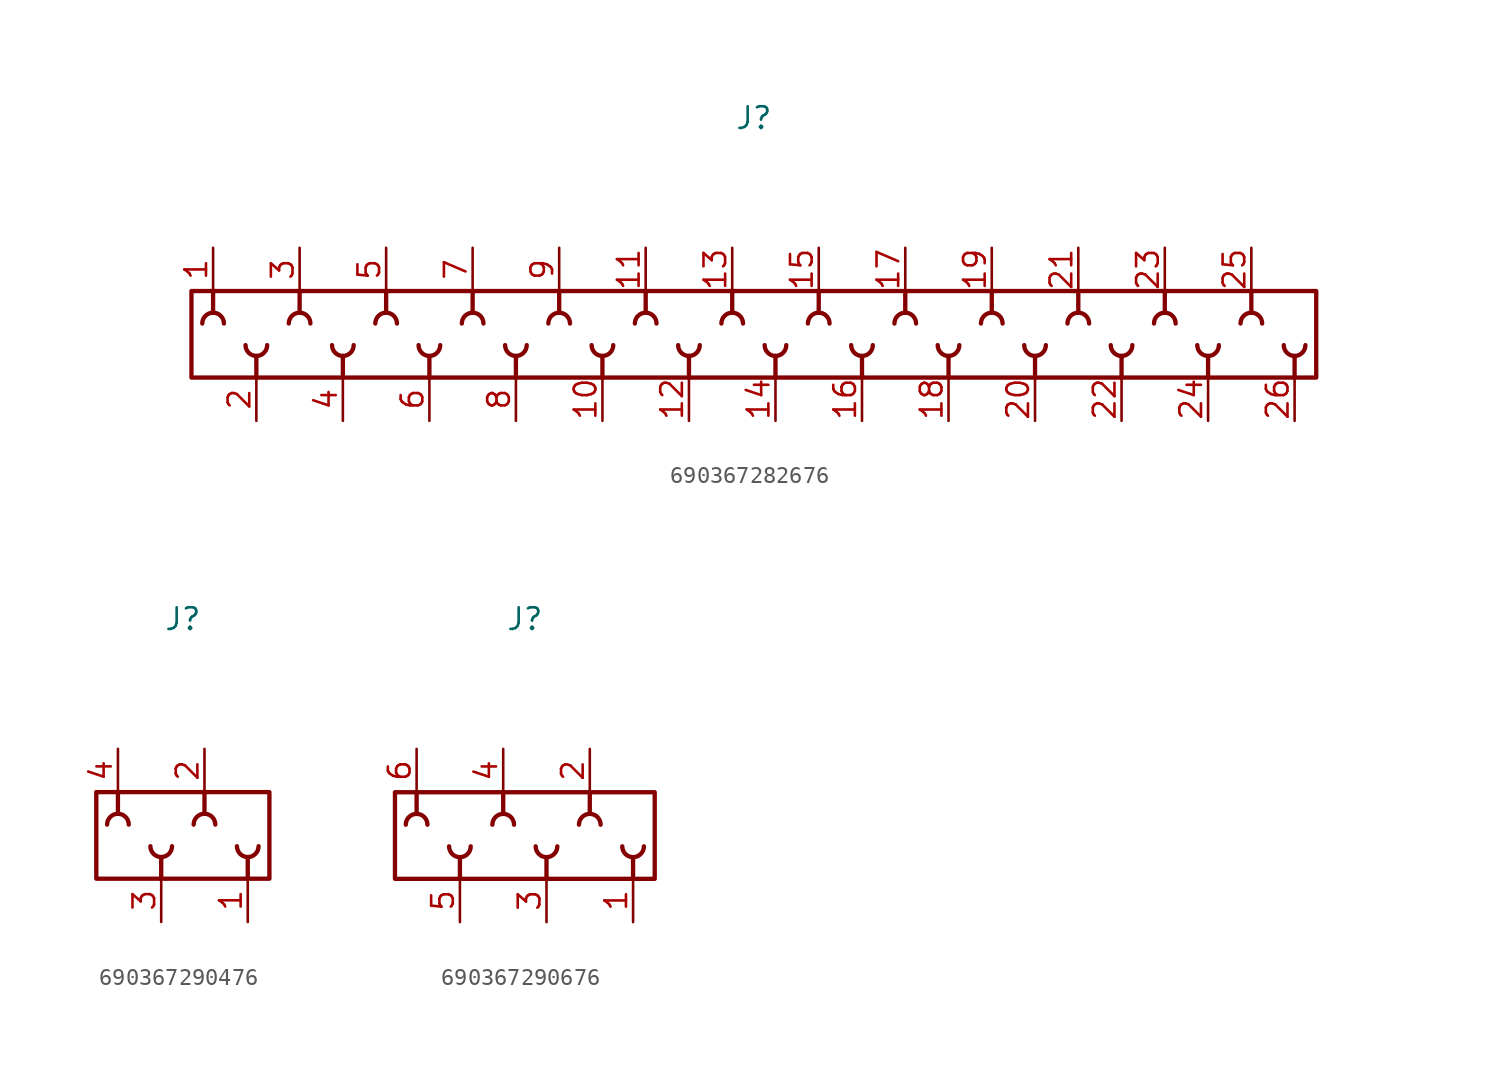
<source format=kicad_sym>
(kicad_symbol_lib
  (version 20241209)
  (generator "kicad_symbol_editor")
  (generator_version "9.0")
  (symbol "690367282676"
    (pin_names
      (hide yes))
    (property "Reference" "J"
      (at 0 12.7 0)
      (effects (font (size 1.27 1.27))))
    (symbol "690367282676_1_1"
      (rectangle (start -33.02 2.54) (end 33.02 -2.54) (stroke (width 0.254) (type solid)) (fill (type none)))
      (polyline (pts (xy -31.75 1.27) (xy -31.75 2.54)) (stroke (width 0.254) (type solid)) (fill (type none)))
      (arc (start -32.385 0.635) (mid -31.75 1.27) (end -31.115 0.635) (stroke (width 0.254) (type solid)) (fill (type none)))
      (arc (start -28.575 -0.635) (mid -29.21 -1.27) (end -29.845 -0.635) (stroke (width 0.254) (type solid)) (fill (type none)))
      (polyline (pts (xy -29.21 -1.27) (xy -29.21 -2.54)) (stroke (width 0.254) (type solid)) (fill (type none)))
      (polyline (pts (xy -26.67 1.27) (xy -26.67 2.54)) (stroke (width 0.254) (type solid)) (fill (type none)))
      (arc (start -27.305 0.635) (mid -26.67 1.27) (end -26.035 0.635) (stroke (width 0.254) (type solid)) (fill (type none)))
      (arc (start -23.495 -0.635) (mid -24.13 -1.27) (end -24.765 -0.635) (stroke (width 0.254) (type solid)) (fill (type none)))
      (polyline (pts (xy -24.13 -1.27) (xy -24.13 -2.54)) (stroke (width 0.254) (type solid)) (fill (type none)))
      (polyline (pts (xy -21.59 1.27) (xy -21.59 2.54)) (stroke (width 0.254) (type solid)) (fill (type none)))
      (arc (start -22.225 0.635) (mid -21.59 1.27) (end -20.955 0.635) (stroke (width 0.254) (type solid)) (fill (type none)))
      (arc (start -18.415 -0.635) (mid -19.05 -1.27) (end -19.685 -0.635) (stroke (width 0.254) (type solid)) (fill (type none)))
      (polyline (pts (xy -19.05 -1.27) (xy -19.05 -2.54)) (stroke (width 0.254) (type solid)) (fill (type none)))
      (polyline (pts (xy -16.51 1.27) (xy -16.51 2.54)) (stroke (width 0.254) (type solid)) (fill (type none)))
      (arc (start -17.145 0.635) (mid -16.51 1.27) (end -15.875 0.635) (stroke (width 0.254) (type solid)) (fill (type none)))
      (arc (start -13.335 -0.635) (mid -13.97 -1.27) (end -14.605 -0.635) (stroke (width 0.254) (type solid)) (fill (type none)))
      (polyline (pts (xy -13.97 -1.27) (xy -13.97 -2.54)) (stroke (width 0.254) (type solid)) (fill (type none)))
      (polyline (pts (xy -11.43 1.27) (xy -11.43 2.54)) (stroke (width 0.254) (type solid)) (fill (type none)))
      (arc (start -12.065 0.635) (mid -11.43 1.27) (end -10.795 0.635) (stroke (width 0.254) (type solid)) (fill (type none)))
      (arc (start -8.255 -0.635) (mid -8.89 -1.27) (end -9.525 -0.635) (stroke (width 0.254) (type solid)) (fill (type none)))
      (polyline (pts (xy -8.89 -1.27) (xy -8.89 -2.54)) (stroke (width 0.254) (type solid)) (fill (type none)))
      (polyline (pts (xy -6.35 1.27) (xy -6.35 2.54)) (stroke (width 0.254) (type solid)) (fill (type none)))
      (arc (start -6.985 0.635) (mid -6.35 1.27) (end -5.715 0.635) (stroke (width 0.254) (type solid)) (fill (type none)))
      (arc (start -3.175 -0.635) (mid -3.81 -1.27) (end -4.445 -0.635) (stroke (width 0.254) (type solid)) (fill (type none)))
      (polyline (pts (xy -3.81 -1.27) (xy -3.81 -2.54)) (stroke (width 0.254) (type solid)) (fill (type none)))
      (polyline (pts (xy -1.27 1.27) (xy -1.27 2.54)) (stroke (width 0.254) (type solid)) (fill (type none)))
      (arc (start -1.905 0.635) (mid -1.27 1.27) (end -0.635 0.635) (stroke (width 0.254) (type solid)) (fill (type none)))
      (arc (start 1.905 -0.635) (mid 1.27 -1.27) (end 0.635 -0.635) (stroke (width 0.254) (type solid)) (fill (type none)))
      (polyline (pts (xy 1.27 -1.27) (xy 1.27 -2.54)) (stroke (width 0.254) (type solid)) (fill (type none)))
      (polyline (pts (xy 3.81 1.27) (xy 3.81 2.54)) (stroke (width 0.254) (type solid)) (fill (type none)))
      (arc (start 3.175 0.635) (mid 3.81 1.27) (end 4.445 0.635) (stroke (width 0.254) (type solid)) (fill (type none)))
      (arc (start 6.985 -0.635) (mid 6.35 -1.27) (end 5.715 -0.635) (stroke (width 0.254) (type solid)) (fill (type none)))
      (polyline (pts (xy 6.35 -1.27) (xy 6.35 -2.54)) (stroke (width 0.254) (type solid)) (fill (type none)))
      (polyline (pts (xy 8.89 1.27) (xy 8.89 2.54)) (stroke (width 0.254) (type solid)) (fill (type none)))
      (arc (start 8.255 0.635) (mid 8.89 1.27) (end 9.525 0.635) (stroke (width 0.254) (type solid)) (fill (type none)))
      (arc (start 12.065 -0.635) (mid 11.43 -1.27) (end 10.795 -0.635) (stroke (width 0.254) (type solid)) (fill (type none)))
      (polyline (pts (xy 11.43 -1.27) (xy 11.43 -2.54)) (stroke (width 0.254) (type solid)) (fill (type none)))
      (polyline (pts (xy 13.97 1.27) (xy 13.97 2.54)) (stroke (width 0.254) (type solid)) (fill (type none)))
      (arc (start 13.335 0.635) (mid 13.97 1.27) (end 14.605 0.635) (stroke (width 0.254) (type solid)) (fill (type none)))
      (arc (start 17.145 -0.635) (mid 16.51 -1.27) (end 15.875 -0.635) (stroke (width 0.254) (type solid)) (fill (type none)))
      (polyline (pts (xy 16.51 -1.27) (xy 16.51 -2.54)) (stroke (width 0.254) (type solid)) (fill (type none)))
      (polyline (pts (xy 19.05 1.27) (xy 19.05 2.54)) (stroke (width 0.254) (type solid)) (fill (type none)))
      (arc (start 18.415 0.635) (mid 19.05 1.27) (end 19.685 0.635) (stroke (width 0.254) (type solid)) (fill (type none)))
      (arc (start 22.225 -0.635) (mid 21.59 -1.27) (end 20.955 -0.635) (stroke (width 0.254) (type solid)) (fill (type none)))
      (polyline (pts (xy 21.59 -1.27) (xy 21.59 -2.54)) (stroke (width 0.254) (type solid)) (fill (type none)))
      (polyline (pts (xy 24.13 1.27) (xy 24.13 2.54)) (stroke (width 0.254) (type solid)) (fill (type none)))
      (arc (start 23.495 0.635) (mid 24.13 1.27) (end 24.765 0.635) (stroke (width 0.254) (type solid)) (fill (type none)))
      (arc (start 27.305 -0.635) (mid 26.67 -1.27) (end 26.035 -0.635) (stroke (width 0.254) (type solid)) (fill (type none)))
      (polyline (pts (xy 26.67 -1.27) (xy 26.67 -2.54)) (stroke (width 0.254) (type solid)) (fill (type none)))
      (polyline (pts (xy 29.21 1.27) (xy 29.21 2.54)) (stroke (width 0.254) (type solid)) (fill (type none)))
      (arc (start 28.575 0.635) (mid 29.21 1.27) (end 29.845 0.635) (stroke (width 0.254) (type solid)) (fill (type none)))
      (arc (start 32.385 -0.635) (mid 31.75 -1.27) (end 31.115 -0.635) (stroke (width 0.254) (type solid)) (fill (type none)))
      (polyline (pts (xy 31.75 -1.27) (xy 31.75 -2.54)) (stroke (width 0.254) (type solid)) (fill (type none)))
      (pin passive line (at -31.75 5.08 270) (length 2.54) (name "1" (effects (font (size 1.27 1.27)))) (number "1" (effects (font (size 1.27 1.27)))))
      (pin passive line (at -29.21 -5.08 90) (length 2.54) (name "2" (effects (font (size 1.27 1.27)))) (number "2" (effects (font (size 1.27 1.27)))))
      (pin passive line (at -26.67 5.08 270) (length 2.54) (name "3" (effects (font (size 1.27 1.27)))) (number "3" (effects (font (size 1.27 1.27)))))
      (pin passive line (at -24.13 -5.08 90) (length 2.54) (name "4" (effects (font (size 1.27 1.27)))) (number "4" (effects (font (size 1.27 1.27)))))
      (pin passive line (at -21.59 5.08 270) (length 2.54) (name "5" (effects (font (size 1.27 1.27)))) (number "5" (effects (font (size 1.27 1.27)))))
      (pin passive line (at -19.05 -5.08 90) (length 2.54) (name "6" (effects (font (size 1.27 1.27)))) (number "6" (effects (font (size 1.27 1.27)))))
      (pin passive line (at -16.51 5.08 270) (length 2.54) (name "7" (effects (font (size 1.27 1.27)))) (number "7" (effects (font (size 1.27 1.27)))))
      (pin passive line (at -13.97 -5.08 90) (length 2.54) (name "4" (effects (font (size 1.27 1.27)))) (number "8" (effects (font (size 1.27 1.27)))))
      (pin passive line (at -11.43 5.08 270) (length 2.54) (name "9" (effects (font (size 1.27 1.27)))) (number "9" (effects (font (size 1.27 1.27)))))
      (pin passive line (at -8.89 -5.08 90) (length 2.54) (name "10" (effects (font (size 1.27 1.27)))) (number "10" (effects (font (size 1.27 1.27)))))
      (pin passive line (at -6.35 5.08 270) (length 2.54) (name "11" (effects (font (size 1.27 1.27)))) (number "11" (effects (font (size 1.27 1.27)))))
      (pin passive line (at -3.81 -5.08 90) (length 2.54) (name "12" (effects (font (size 1.27 1.27)))) (number "12" (effects (font (size 1.27 1.27)))))
      (pin passive line (at -1.27 5.08 270) (length 2.54) (name "13" (effects (font (size 1.27 1.27)))) (number "13" (effects (font (size 1.27 1.27)))))
      (pin passive line (at 1.27 -5.08 90) (length 2.54) (name "14" (effects (font (size 1.27 1.27)))) (number "14" (effects (font (size 1.27 1.27)))))
      (pin passive line (at 3.81 5.08 270) (length 2.54) (name "15" (effects (font (size 1.27 1.27)))) (number "15" (effects (font (size 1.27 1.27)))))
      (pin passive line (at 6.35 -5.08 90) (length 2.54) (name "16" (effects (font (size 1.27 1.27)))) (number "16" (effects (font (size 1.27 1.27)))))
      (pin passive line (at 8.89 5.08 270) (length 2.54) (name "17" (effects (font (size 1.27 1.27)))) (number "17" (effects (font (size 1.27 1.27)))))
      (pin passive line (at 11.43 -5.08 90) (length 2.54) (name "18" (effects (font (size 1.27 1.27)))) (number "18" (effects (font (size 1.27 1.27)))))
      (pin passive line (at 13.97 5.08 270) (length 2.54) (name "19" (effects (font (size 1.27 1.27)))) (number "19" (effects (font (size 1.27 1.27)))))
      (pin passive line (at 16.51 -5.08 90) (length 2.54) (name "20" (effects (font (size 1.27 1.27)))) (number "20" (effects (font (size 1.27 1.27)))))
      (pin passive line (at 19.05 5.08 270) (length 2.54) (name "21" (effects (font (size 1.27 1.27)))) (number "21" (effects (font (size 1.27 1.27)))))
      (pin passive line (at 21.59 -5.08 90) (length 2.54) (name "22" (effects (font (size 1.27 1.27)))) (number "22" (effects (font (size 1.27 1.27)))))
      (pin passive line (at 24.13 5.08 270) (length 2.54) (name "23" (effects (font (size 1.27 1.27)))) (number "23" (effects (font (size 1.27 1.27)))))
      (pin passive line (at 26.67 -5.08 90) (length 2.54) (name "24" (effects (font (size 1.27 1.27)))) (number "24" (effects (font (size 1.27 1.27)))))
      (pin passive line (at 29.21 5.08 270) (length 2.54) (name "25" (effects (font (size 1.27 1.27)))) (number "25" (effects (font (size 1.27 1.27)))))
      (pin passive line (at 31.75 -5.08 90) (length 2.54) (name "26" (effects (font (size 1.27 1.27)))) (number "26" (effects (font (size 1.27 1.27)))))))
  (symbol "690367290476"
    (pin_names
      (hide yes))
    (property "Reference" "J"
      (at 0 12.7 0)
      (effects (font (size 1.27 1.27))))
    (symbol "690367290476_1_1"
      (rectangle (start -5.08 -2.54) (end 5.08 2.54) (stroke (width 0.254) (type solid)) (fill (type none)))
      (polyline (pts (xy -3.81 1.27) (xy -3.81 2.54)) (stroke (width 0.254) (type solid)) (fill (type none)))
      (arc (start -4.445 0.635) (mid -3.81 1.27) (end -3.175 0.635) (stroke (width 0.254) (type solid)) (fill (type none)))
      (arc (start -0.635 -0.635) (mid -1.27 -1.27) (end -1.905 -0.635) (stroke (width 0.254) (type solid)) (fill (type none)))
      (polyline (pts (xy -1.27 -1.27) (xy -1.27 -2.54)) (stroke (width 0.254) (type solid)) (fill (type none)))
      (polyline (pts (xy 1.27 1.27) (xy 1.27 2.54)) (stroke (width 0.254) (type solid)) (fill (type none)))
      (arc (start 0.635 0.635) (mid 1.27 1.27) (end 1.905 0.635) (stroke (width 0.254) (type solid)) (fill (type none)))
      (arc (start 4.445 -0.635) (mid 3.81 -1.27) (end 3.175 -0.635) (stroke (width 0.254) (type solid)) (fill (type none)))
      (polyline (pts (xy 3.81 -1.27) (xy 3.81 -2.54)) (stroke (width 0.254) (type solid)) (fill (type none)))
      (pin passive line (at -3.81 5.08 270) (length 2.54) (name "4" (effects (font (size 1.27 1.27)))) (number "4" (effects (font (size 1.27 1.27)))))
      (pin passive line (at -1.27 -5.08 90) (length 2.54) (name "3" (effects (font (size 1.27 1.27)))) (number "3" (effects (font (size 1.27 1.27)))))
      (pin passive line (at 1.27 5.08 270) (length 2.54) (name "2" (effects (font (size 1.27 1.27)))) (number "2" (effects (font (size 1.27 1.27)))))
      (pin passive line (at 3.81 -5.08 90) (length 2.54) (name "1" (effects (font (size 1.27 1.27)))) (number "1" (effects (font (size 1.27 1.27)))))))
  (symbol "690367290676"
    (pin_names
      (hide yes))
    (property "Reference" "J"
      (at 0 12.7 0)
      (effects (font (size 1.27 1.27))))
    (symbol "690367290676_1_1"
      (rectangle (start -7.62 2.54) (end 7.62 -2.54) (stroke (width 0.254) (type solid)) (fill (type none)))
      (polyline (pts (xy -6.35 1.27) (xy -6.35 2.54)) (stroke (width 0.254) (type solid)) (fill (type none)))
      (arc (start -6.985 0.635) (mid -6.35 1.27) (end -5.715 0.635) (stroke (width 0.254) (type solid)) (fill (type none)))
      (arc (start -3.175 -0.635) (mid -3.81 -1.27) (end -4.445 -0.635) (stroke (width 0.254) (type solid)) (fill (type none)))
      (polyline (pts (xy -3.81 -1.27) (xy -3.81 -2.54)) (stroke (width 0.254) (type solid)) (fill (type none)))
      (polyline (pts (xy -1.27 1.27) (xy -1.27 2.54)) (stroke (width 0.254) (type solid)) (fill (type none)))
      (arc (start -1.905 0.635) (mid -1.27 1.27) (end -0.635 0.635) (stroke (width 0.254) (type solid)) (fill (type none)))
      (arc (start 1.905 -0.635) (mid 1.27 -1.27) (end 0.635 -0.635) (stroke (width 0.254) (type solid)) (fill (type none)))
      (polyline (pts (xy 1.27 -1.27) (xy 1.27 -2.54)) (stroke (width 0.254) (type solid)) (fill (type none)))
      (polyline (pts (xy 3.81 1.27) (xy 3.81 2.54)) (stroke (width 0.254) (type solid)) (fill (type none)))
      (arc (start 3.175 0.635) (mid 3.81 1.27) (end 4.445 0.635) (stroke (width 0.254) (type solid)) (fill (type none)))
      (arc (start 6.985 -0.635) (mid 6.35 -1.27) (end 5.715 -0.635) (stroke (width 0.254) (type solid)) (fill (type none)))
      (polyline (pts (xy 6.35 -1.27) (xy 6.35 -2.54)) (stroke (width 0.254) (type solid)) (fill (type none)))
      (pin passive line (at -6.35 5.08 270) (length 2.54) (name "6" (effects (font (size 1.27 1.27)))) (number "6" (effects (font (size 1.27 1.27)))))
      (pin passive line (at -3.81 -5.08 90) (length 2.54) (name "5" (effects (font (size 1.27 1.27)))) (number "5" (effects (font (size 1.27 1.27)))))
      (pin passive line (at -1.27 5.08 270) (length 2.54) (name "4" (effects (font (size 1.27 1.27)))) (number "4" (effects (font (size 1.27 1.27)))))
      (pin passive line (at 1.27 -5.08 90) (length 2.54) (name "3" (effects (font (size 1.27 1.27)))) (number "3" (effects (font (size 1.27 1.27)))))
      (pin passive line (at 3.81 5.08 270) (length 2.54) (name "2" (effects (font (size 1.27 1.27)))) (number "2" (effects (font (size 1.27 1.27)))))
      (pin passive line (at 6.35 -5.08 90) (length 2.54) (name "1" (effects (font (size 1.27 1.27)))) (number "1" (effects (font (size 1.27 1.27))))))))
</source>
